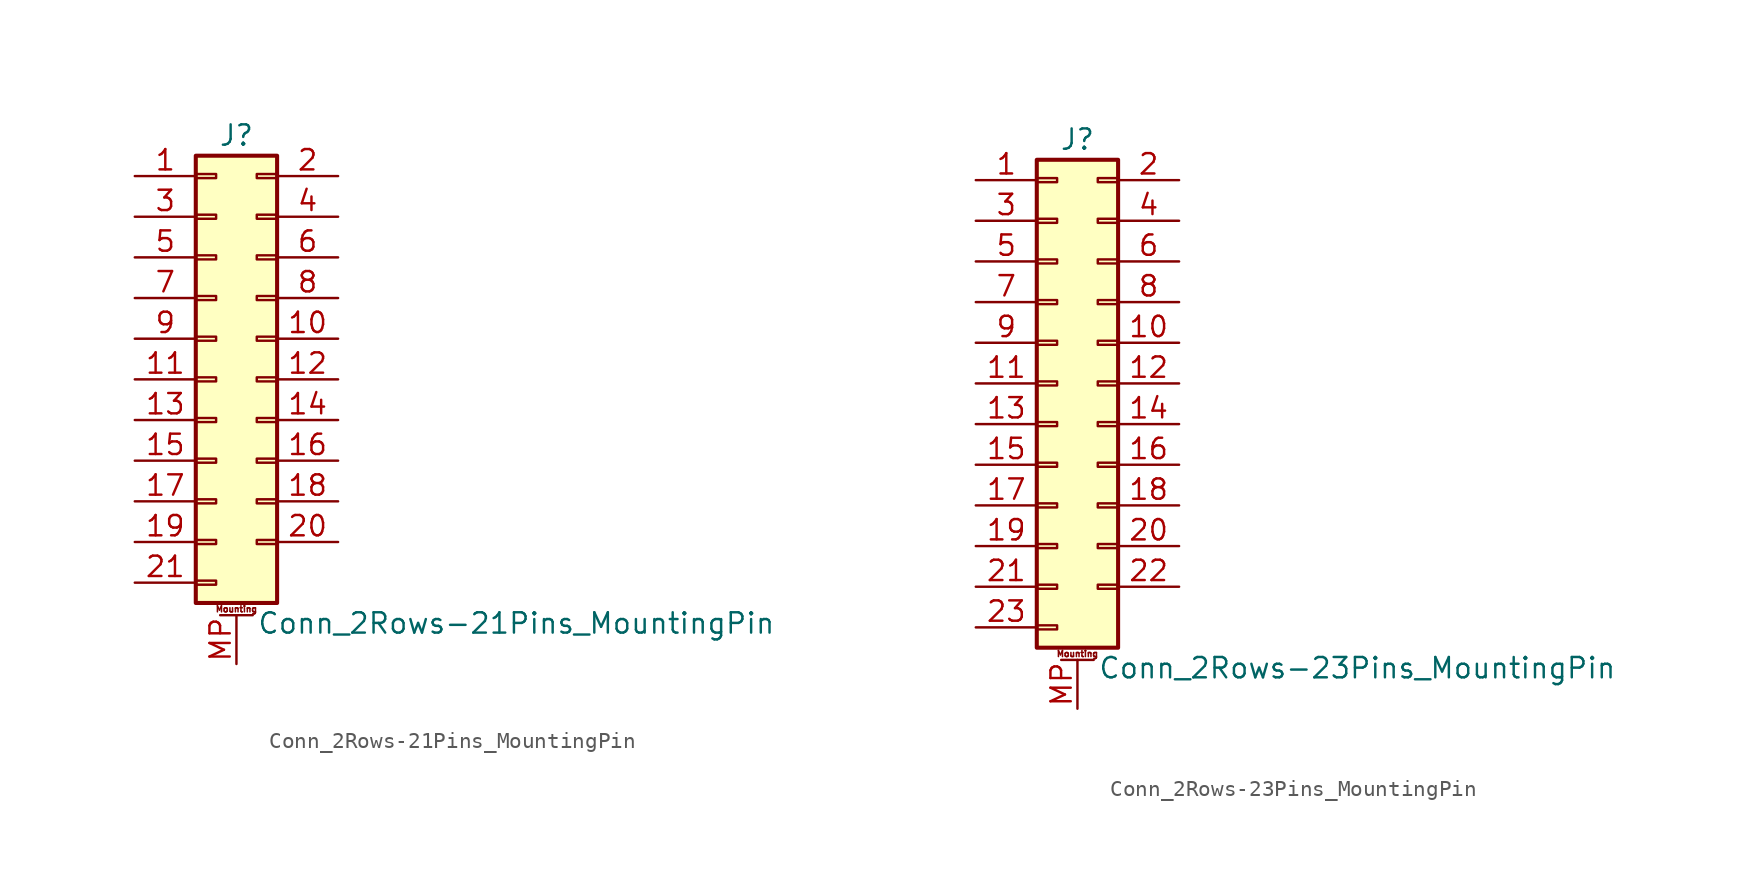
<source format=kicad_sym>
(kicad_symbol_lib
  (version 20201005)
  (generator kicad_symbol_editor)
  (symbol "Connector_Generic_MountingPin:Conn_2Rows-21Pins_MountingPin"
    (pin_names
      (offset 1.016) hide)
    (property "Reference" "J"
      (at 1.27 15.24 0)
      (effects (font (size 1.27 1.27))))
    (property "Value" "Conn_2Rows-21Pins_MountingPin"
      (at 2.54 -15.24 0)
      (effects (font (size 1.27 1.27)) (justify left)))
    (symbol "Conn_2Rows-21Pins_MountingPin_1_1"
      (text "Mounting" (at 1.27 -14.351 0) (effects (font (size 0.381 0.381))))
      (rectangle (start -1.27 -4.953) (end 0 -5.207) (stroke (width 0.152)) (fill (type none)))
      (rectangle (start -1.27 -7.493) (end 0 -7.747) (stroke (width 0.152)) (fill (type none)))
      (rectangle (start -1.27 -10.033) (end 0 -10.287) (stroke (width 0.152)) (fill (type none)))
      (rectangle (start -1.27 -12.573) (end 0 -12.827) (stroke (width 0.152)) (fill (type none)))
      (rectangle (start -1.27 -2.413) (end 0 -2.667) (stroke (width 0.152)) (fill (type none)))
      (rectangle (start -1.27 2.667) (end 0 2.413) (stroke (width 0.152)) (fill (type none)))
      (rectangle (start -1.27 5.207) (end 0 4.953) (stroke (width 0.152)) (fill (type none)))
      (rectangle (start -1.27 7.747) (end 0 7.493) (stroke (width 0.152)) (fill (type none)))
      (rectangle (start -1.27 10.287) (end 0 10.033) (stroke (width 0.152)) (fill (type none)))
      (rectangle (start -1.27 0.127) (end 0 -0.127) (stroke (width 0.152)) (fill (type none)))
      (rectangle (start -1.27 12.827) (end 0 12.573) (stroke (width 0.152)) (fill (type none)))
      (rectangle (start -1.27 13.97) (end 3.81 -13.97) (stroke (width 0.254)) (fill (type background)))
      (rectangle (start 3.81 -4.953) (end 2.54 -5.207) (stroke (width 0.152)) (fill (type none)))
      (rectangle (start 3.81 -7.493) (end 2.54 -7.747) (stroke (width 0.152)) (fill (type none)))
      (rectangle (start 3.81 -10.033) (end 2.54 -10.287) (stroke (width 0.152)) (fill (type none)))
      (rectangle (start 3.81 -2.413) (end 2.54 -2.667) (stroke (width 0.152)) (fill (type none)))
      (rectangle (start 3.81 2.667) (end 2.54 2.413) (stroke (width 0.152)) (fill (type none)))
      (rectangle (start 3.81 5.207) (end 2.54 4.953) (stroke (width 0.152)) (fill (type none)))
      (rectangle (start 3.81 7.747) (end 2.54 7.493) (stroke (width 0.152)) (fill (type none)))
      (rectangle (start 3.81 10.287) (end 2.54 10.033) (stroke (width 0.152)) (fill (type none)))
      (rectangle (start 3.81 0.127) (end 2.54 -0.127) (stroke (width 0.152)) (fill (type none)))
      (rectangle (start 3.81 12.827) (end 2.54 12.573) (stroke (width 0.152)) (fill (type none)))
      (polyline (pts (xy 0.254 -14.732) (xy 2.286 -14.732)) (stroke (width 0.152)) (fill (type none)))
      (pin passive line (at 1.27 -17.78 90) (length 3.048) (name "MountPin" (effects (font (size 1.27 1.27)))) (number "MP" (effects (font (size 1.27 1.27)))))
      (pin passive line (at -5.08 12.7 0) (length 3.81) (name "Pin_1" (effects (font (size 1.27 1.27)))) (number "1" (effects (font (size 1.27 1.27)))))
      (pin passive line (at 7.62 2.54 180) (length 3.81) (name "Pin_10" (effects (font (size 1.27 1.27)))) (number "10" (effects (font (size 1.27 1.27)))))
      (pin passive line (at -5.08 0 0) (length 3.81) (name "Pin_11" (effects (font (size 1.27 1.27)))) (number "11" (effects (font (size 1.27 1.27)))))
      (pin passive line (at 7.62 0 180) (length 3.81) (name "Pin_12" (effects (font (size 1.27 1.27)))) (number "12" (effects (font (size 1.27 1.27)))))
      (pin passive line (at -5.08 -2.54 0) (length 3.81) (name "Pin_13" (effects (font (size 1.27 1.27)))) (number "13" (effects (font (size 1.27 1.27)))))
      (pin passive line (at 7.62 -2.54 180) (length 3.81) (name "Pin_14" (effects (font (size 1.27 1.27)))) (number "14" (effects (font (size 1.27 1.27)))))
      (pin passive line (at -5.08 -5.08 0) (length 3.81) (name "Pin_15" (effects (font (size 1.27 1.27)))) (number "15" (effects (font (size 1.27 1.27)))))
      (pin passive line (at 7.62 -5.08 180) (length 3.81) (name "Pin_16" (effects (font (size 1.27 1.27)))) (number "16" (effects (font (size 1.27 1.27)))))
      (pin passive line (at -5.08 -7.62 0) (length 3.81) (name "Pin_17" (effects (font (size 1.27 1.27)))) (number "17" (effects (font (size 1.27 1.27)))))
      (pin passive line (at 7.62 -7.62 180) (length 3.81) (name "Pin_18" (effects (font (size 1.27 1.27)))) (number "18" (effects (font (size 1.27 1.27)))))
      (pin passive line (at -5.08 -10.16 0) (length 3.81) (name "Pin_19" (effects (font (size 1.27 1.27)))) (number "19" (effects (font (size 1.27 1.27)))))
      (pin passive line (at 7.62 12.7 180) (length 3.81) (name "Pin_2" (effects (font (size 1.27 1.27)))) (number "2" (effects (font (size 1.27 1.27)))))
      (pin passive line (at 7.62 -10.16 180) (length 3.81) (name "Pin_20" (effects (font (size 1.27 1.27)))) (number "20" (effects (font (size 1.27 1.27)))))
      (pin passive line (at -5.08 -12.7 0) (length 3.81) (name "Pin_21" (effects (font (size 1.27 1.27)))) (number "21" (effects (font (size 1.27 1.27)))))
      (pin passive line (at -5.08 10.16 0) (length 3.81) (name "Pin_3" (effects (font (size 1.27 1.27)))) (number "3" (effects (font (size 1.27 1.27)))))
      (pin passive line (at 7.62 10.16 180) (length 3.81) (name "Pin_4" (effects (font (size 1.27 1.27)))) (number "4" (effects (font (size 1.27 1.27)))))
      (pin passive line (at -5.08 7.62 0) (length 3.81) (name "Pin_5" (effects (font (size 1.27 1.27)))) (number "5" (effects (font (size 1.27 1.27)))))
      (pin passive line (at 7.62 7.62 180) (length 3.81) (name "Pin_6" (effects (font (size 1.27 1.27)))) (number "6" (effects (font (size 1.27 1.27)))))
      (pin passive line (at -5.08 5.08 0) (length 3.81) (name "Pin_7" (effects (font (size 1.27 1.27)))) (number "7" (effects (font (size 1.27 1.27)))))
      (pin passive line (at 7.62 5.08 180) (length 3.81) (name "Pin_8" (effects (font (size 1.27 1.27)))) (number "8" (effects (font (size 1.27 1.27)))))
      (pin passive line (at -5.08 2.54 0) (length 3.81) (name "Pin_9" (effects (font (size 1.27 1.27)))) (number "9" (effects (font (size 1.27 1.27)))))))
  (symbol "Connector_Generic_MountingPin:Conn_2Rows-23Pins_MountingPin"
    (pin_names
      (offset 1.016) hide)
    (property "Reference" "J"
      (at 1.27 15.24 0)
      (effects (font (size 1.27 1.27))))
    (property "Value" "Conn_2Rows-23Pins_MountingPin"
      (at 2.54 -17.78 0)
      (effects (font (size 1.27 1.27)) (justify left)))
    (symbol "Conn_2Rows-23Pins_MountingPin_1_1"
      (text "Mounting" (at 1.27 -16.891 0) (effects (font (size 0.381 0.381))))
      (rectangle (start -1.27 -4.953) (end 0 -5.207) (stroke (width 0.152)) (fill (type none)))
      (rectangle (start -1.27 -7.493) (end 0 -7.747) (stroke (width 0.152)) (fill (type none)))
      (rectangle (start -1.27 -10.033) (end 0 -10.287) (stroke (width 0.152)) (fill (type none)))
      (rectangle (start -1.27 -12.573) (end 0 -12.827) (stroke (width 0.152)) (fill (type none)))
      (rectangle (start -1.27 -15.113) (end 0 -15.367) (stroke (width 0.152)) (fill (type none)))
      (rectangle (start -1.27 -2.413) (end 0 -2.667) (stroke (width 0.152)) (fill (type none)))
      (rectangle (start -1.27 2.667) (end 0 2.413) (stroke (width 0.152)) (fill (type none)))
      (rectangle (start -1.27 5.207) (end 0 4.953) (stroke (width 0.152)) (fill (type none)))
      (rectangle (start -1.27 7.747) (end 0 7.493) (stroke (width 0.152)) (fill (type none)))
      (rectangle (start -1.27 10.287) (end 0 10.033) (stroke (width 0.152)) (fill (type none)))
      (rectangle (start -1.27 0.127) (end 0 -0.127) (stroke (width 0.152)) (fill (type none)))
      (rectangle (start -1.27 12.827) (end 0 12.573) (stroke (width 0.152)) (fill (type none)))
      (rectangle (start -1.27 13.97) (end 3.81 -16.51) (stroke (width 0.254)) (fill (type background)))
      (rectangle (start 3.81 -4.953) (end 2.54 -5.207) (stroke (width 0.152)) (fill (type none)))
      (rectangle (start 3.81 -7.493) (end 2.54 -7.747) (stroke (width 0.152)) (fill (type none)))
      (rectangle (start 3.81 -10.033) (end 2.54 -10.287) (stroke (width 0.152)) (fill (type none)))
      (rectangle (start 3.81 -12.573) (end 2.54 -12.827) (stroke (width 0.152)) (fill (type none)))
      (rectangle (start 3.81 -2.413) (end 2.54 -2.667) (stroke (width 0.152)) (fill (type none)))
      (rectangle (start 3.81 2.667) (end 2.54 2.413) (stroke (width 0.152)) (fill (type none)))
      (rectangle (start 3.81 5.207) (end 2.54 4.953) (stroke (width 0.152)) (fill (type none)))
      (rectangle (start 3.81 7.747) (end 2.54 7.493) (stroke (width 0.152)) (fill (type none)))
      (rectangle (start 3.81 10.287) (end 2.54 10.033) (stroke (width 0.152)) (fill (type none)))
      (rectangle (start 3.81 0.127) (end 2.54 -0.127) (stroke (width 0.152)) (fill (type none)))
      (rectangle (start 3.81 12.827) (end 2.54 12.573) (stroke (width 0.152)) (fill (type none)))
      (polyline (pts (xy 0.254 -17.272) (xy 2.286 -17.272)) (stroke (width 0.152)) (fill (type none)))
      (pin passive line (at 1.27 -20.32 90) (length 3.048) (name "MountPin" (effects (font (size 1.27 1.27)))) (number "MP" (effects (font (size 1.27 1.27)))))
      (pin passive line (at -5.08 12.7 0) (length 3.81) (name "Pin_1" (effects (font (size 1.27 1.27)))) (number "1" (effects (font (size 1.27 1.27)))))
      (pin passive line (at 7.62 2.54 180) (length 3.81) (name "Pin_10" (effects (font (size 1.27 1.27)))) (number "10" (effects (font (size 1.27 1.27)))))
      (pin passive line (at -5.08 0 0) (length 3.81) (name "Pin_11" (effects (font (size 1.27 1.27)))) (number "11" (effects (font (size 1.27 1.27)))))
      (pin passive line (at 7.62 0 180) (length 3.81) (name "Pin_12" (effects (font (size 1.27 1.27)))) (number "12" (effects (font (size 1.27 1.27)))))
      (pin passive line (at -5.08 -2.54 0) (length 3.81) (name "Pin_13" (effects (font (size 1.27 1.27)))) (number "13" (effects (font (size 1.27 1.27)))))
      (pin passive line (at 7.62 -2.54 180) (length 3.81) (name "Pin_14" (effects (font (size 1.27 1.27)))) (number "14" (effects (font (size 1.27 1.27)))))
      (pin passive line (at -5.08 -5.08 0) (length 3.81) (name "Pin_15" (effects (font (size 1.27 1.27)))) (number "15" (effects (font (size 1.27 1.27)))))
      (pin passive line (at 7.62 -5.08 180) (length 3.81) (name "Pin_16" (effects (font (size 1.27 1.27)))) (number "16" (effects (font (size 1.27 1.27)))))
      (pin passive line (at -5.08 -7.62 0) (length 3.81) (name "Pin_17" (effects (font (size 1.27 1.27)))) (number "17" (effects (font (size 1.27 1.27)))))
      (pin passive line (at 7.62 -7.62 180) (length 3.81) (name "Pin_18" (effects (font (size 1.27 1.27)))) (number "18" (effects (font (size 1.27 1.27)))))
      (pin passive line (at -5.08 -10.16 0) (length 3.81) (name "Pin_19" (effects (font (size 1.27 1.27)))) (number "19" (effects (font (size 1.27 1.27)))))
      (pin passive line (at 7.62 12.7 180) (length 3.81) (name "Pin_2" (effects (font (size 1.27 1.27)))) (number "2" (effects (font (size 1.27 1.27)))))
      (pin passive line (at 7.62 -10.16 180) (length 3.81) (name "Pin_20" (effects (font (size 1.27 1.27)))) (number "20" (effects (font (size 1.27 1.27)))))
      (pin passive line (at -5.08 -12.7 0) (length 3.81) (name "Pin_21" (effects (font (size 1.27 1.27)))) (number "21" (effects (font (size 1.27 1.27)))))
      (pin passive line (at 7.62 -12.7 180) (length 3.81) (name "Pin_22" (effects (font (size 1.27 1.27)))) (number "22" (effects (font (size 1.27 1.27)))))
      (pin passive line (at -5.08 -15.24 0) (length 3.81) (name "Pin_23" (effects (font (size 1.27 1.27)))) (number "23" (effects (font (size 1.27 1.27)))))
      (pin passive line (at -5.08 10.16 0) (length 3.81) (name "Pin_3" (effects (font (size 1.27 1.27)))) (number "3" (effects (font (size 1.27 1.27)))))
      (pin passive line (at 7.62 10.16 180) (length 3.81) (name "Pin_4" (effects (font (size 1.27 1.27)))) (number "4" (effects (font (size 1.27 1.27)))))
      (pin passive line (at -5.08 7.62 0) (length 3.81) (name "Pin_5" (effects (font (size 1.27 1.27)))) (number "5" (effects (font (size 1.27 1.27)))))
      (pin passive line (at 7.62 7.62 180) (length 3.81) (name "Pin_6" (effects (font (size 1.27 1.27)))) (number "6" (effects (font (size 1.27 1.27)))))
      (pin passive line (at -5.08 5.08 0) (length 3.81) (name "Pin_7" (effects (font (size 1.27 1.27)))) (number "7" (effects (font (size 1.27 1.27)))))
      (pin passive line (at 7.62 5.08 180) (length 3.81) (name "Pin_8" (effects (font (size 1.27 1.27)))) (number "8" (effects (font (size 1.27 1.27)))))
      (pin passive line (at -5.08 2.54 0) (length 3.81) (name "Pin_9" (effects (font (size 1.27 1.27)))) (number "9" (effects (font (size 1.27 1.27))))))))
</source>
